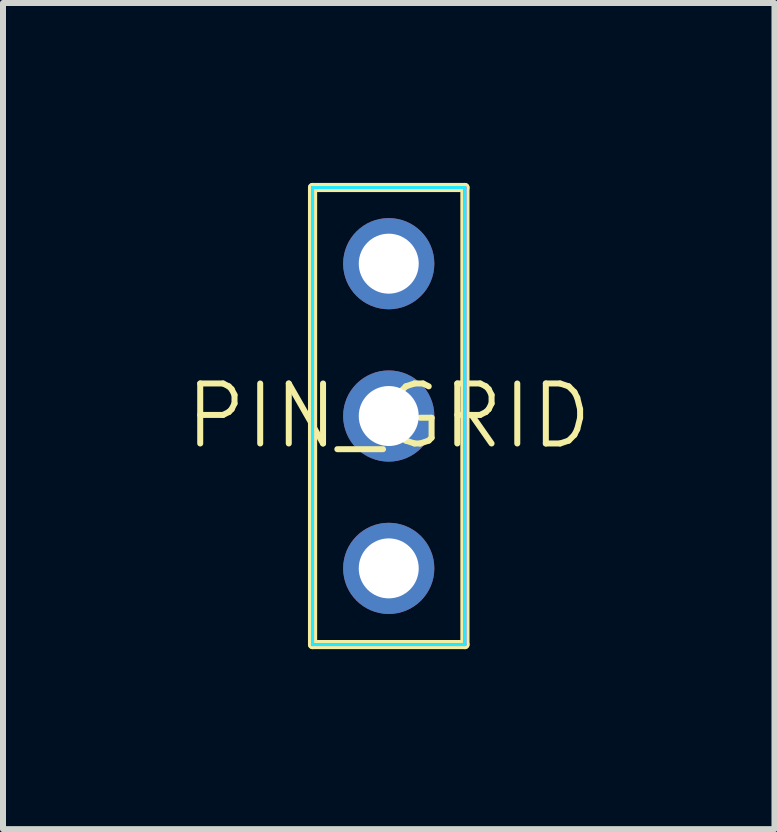
<source format=kicad_pcb>
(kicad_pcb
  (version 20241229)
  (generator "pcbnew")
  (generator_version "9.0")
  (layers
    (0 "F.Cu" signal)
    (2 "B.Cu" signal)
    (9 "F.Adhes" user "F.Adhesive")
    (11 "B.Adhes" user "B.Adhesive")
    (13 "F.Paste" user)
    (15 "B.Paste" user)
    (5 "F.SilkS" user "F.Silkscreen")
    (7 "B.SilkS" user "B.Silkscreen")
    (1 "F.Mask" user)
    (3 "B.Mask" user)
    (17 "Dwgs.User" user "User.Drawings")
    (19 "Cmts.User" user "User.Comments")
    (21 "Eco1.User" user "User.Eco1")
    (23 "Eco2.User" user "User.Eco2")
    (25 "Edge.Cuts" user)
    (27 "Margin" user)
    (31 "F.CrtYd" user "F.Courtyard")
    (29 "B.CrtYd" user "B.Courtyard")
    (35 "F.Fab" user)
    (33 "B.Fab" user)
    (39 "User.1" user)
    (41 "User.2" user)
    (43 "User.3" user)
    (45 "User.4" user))
  (footprint "PIN_GRID"
    (layer "F.Cu")
    (at 3.431 3.886)
    (property "Reference" "PIN_GRID" (at 0 0 0) (layer "F.SilkS") (effects (font (size 1 1) (thickness 0.1))))
    (fp_line (start -1.27 -3.81) (end -1.27 3.81) (stroke (width 0.153) (type solid)) (layer "F.SilkS"))
    (fp_line (start -1.27 3.81) (end 1.27 3.81) (stroke (width 0.153) (type solid)) (layer "F.SilkS"))
    (fp_line (start 1.27 -3.81) (end -1.27 -3.81) (stroke (width 0.153) (type solid)) (layer "F.SilkS"))
    (fp_line (start 1.27 3.81) (end 1.27 -3.81) (stroke (width 0.153) (type solid)) (layer "F.SilkS"))
    (fp_line (start -1.27 -3.81) (end -1.27 3.81) (stroke (width 0.05) (type solid)) (layer "B.CrtYd"))
    (fp_line (start -1.27 3.81) (end 1.27 3.81) (stroke (width 0.05) (type solid)) (layer "B.CrtYd"))
    (fp_line (start 1.27 -3.81) (end -1.27 -3.81) (stroke (width 0.05) (type solid)) (layer "B.CrtYd"))
    (fp_line (start 1.27 3.81) (end 1.27 -3.81) (stroke (width 0.05) (type solid)) (layer "B.CrtYd"))
    (fp_line (start -1.27 -3.81) (end -1.27 3.81) (stroke (width 0.05) (type solid)) (layer "F.CrtYd"))
    (fp_line (start -1.27 3.81) (end 1.27 3.81) (stroke (width 0.05) (type solid)) (layer "F.CrtYd"))
    (fp_line (start 1.27 -3.81) (end -1.27 -3.81) (stroke (width 0.05) (type solid)) (layer "F.CrtYd"))
    (fp_line (start 1.27 3.81) (end 1.27 -3.81) (stroke (width 0.05) (type solid)) (layer "F.CrtYd"))
    (pad "1" thru_hole circle (at 0 -2.54) (size 1.52 1.52) (drill 1) (layers "*.Cu" "*.Mask"))
    (pad "2" thru_hole circle (at 0 0) (size 1.52 1.52) (drill 1) (layers "*.Cu" "*.Mask"))
    (pad "3" thru_hole circle (at 0 2.54) (size 1.52 1.52) (drill 1) (layers "*.Cu" "*.Mask")))
  (gr_rect
    (start -3 -3)
    (end 9.862 10.773)
    (stroke (width 0.1) (type default))
    (fill no)
    (layer "Edge.Cuts")))
</source>
